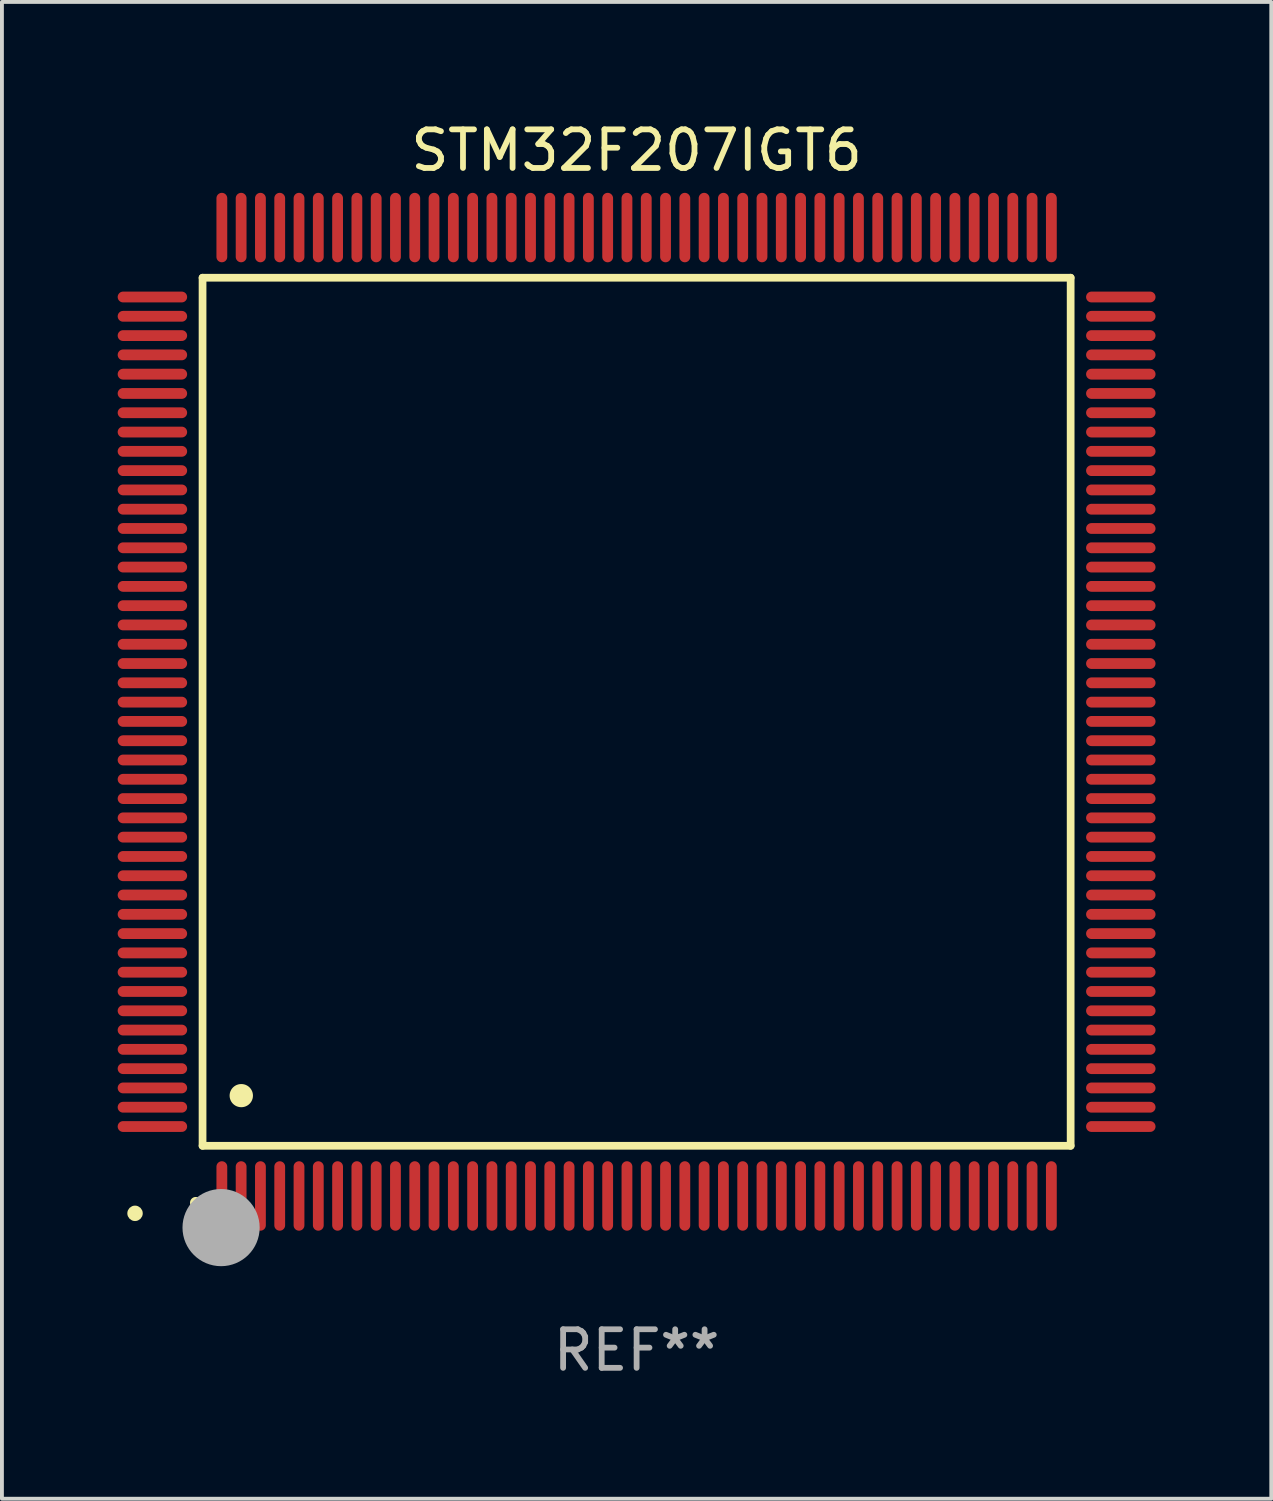
<source format=kicad_pcb>
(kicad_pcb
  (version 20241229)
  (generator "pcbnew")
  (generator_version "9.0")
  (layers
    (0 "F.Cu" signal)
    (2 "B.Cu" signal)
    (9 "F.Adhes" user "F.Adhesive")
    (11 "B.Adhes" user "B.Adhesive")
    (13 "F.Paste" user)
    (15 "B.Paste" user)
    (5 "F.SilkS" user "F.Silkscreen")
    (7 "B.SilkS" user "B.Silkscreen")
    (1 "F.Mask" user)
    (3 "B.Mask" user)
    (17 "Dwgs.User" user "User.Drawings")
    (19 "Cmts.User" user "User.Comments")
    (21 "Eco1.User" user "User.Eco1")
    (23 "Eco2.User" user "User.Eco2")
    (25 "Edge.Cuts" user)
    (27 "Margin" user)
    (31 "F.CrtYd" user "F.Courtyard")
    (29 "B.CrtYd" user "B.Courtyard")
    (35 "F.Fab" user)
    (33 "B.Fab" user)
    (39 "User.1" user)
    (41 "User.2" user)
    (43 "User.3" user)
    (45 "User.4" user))
  (footprint "STM32F207IGT6"
    (layer "F.Cu")
    (at 13.45 15.398)
    (property "Reference" "STM32F207IGT6" (at 0 -14.55 0) (layer "F.SilkS") (effects (font (size 1 1) (thickness 0.15))))
    (attr through_hole)
    (fp_line (start -11.25 -11.25) (end 11.25 -11.25) (stroke (width 0.2) (type solid)) (layer "F.SilkS"))
    (fp_line (start -11.25 11.25) (end -11.25 -11.25) (stroke (width 0.2) (type solid)) (layer "F.SilkS"))
    (fp_line (start 11.25 -11.25) (end 11.25 11.25) (stroke (width 0.2) (type solid)) (layer "F.SilkS"))
    (fp_line (start 11.25 11.25) (end -11.25 11.25) (stroke (width 0.2) (type solid)) (layer "F.SilkS"))
    (fp_arc (start -11.424943 12.725425) (mid -11.423673 12.72542) (end -11.422403 12.725425) (stroke (width 0.3) (type solid)) (layer "F.SilkS"))
    (fp_arc (start -10.24892 9.9492) (mid -10.24638 9.949189) (end -10.24384 9.9492) (stroke (width 0.6) (type solid)) (layer "F.SilkS"))
    (fp_circle (center -13 13) (end -12.9 13) (stroke (width 0.2) (type solid)) (fill no) (layer "F.SilkS"))
    (fp_circle (center -10.77 13.37) (end -10.27 13.37) (stroke (width 1) (type solid)) (fill no) (layer "F.Fab"))
    (fp_text user "REF**" (at 0 16.55 0) (layer "F.Fab") (effects (font (size 1 1) (thickness 0.15))))
    (pad "1" smd oval (at -10.75 12.55) (size 0.28 1.8) (layers "F.Cu" "F.Mask" "F.Paste"))
    (pad "2" smd oval (at -10.25 12.55) (size 0.28 1.8) (layers "F.Cu" "F.Mask" "F.Paste"))
    (pad "3" smd oval (at -9.75 12.55) (size 0.28 1.8) (layers "F.Cu" "F.Mask" "F.Paste"))
    (pad "4" smd oval (at -9.25 12.55) (size 0.28 1.8) (layers "F.Cu" "F.Mask" "F.Paste"))
    (pad "5" smd oval (at -8.75 12.55) (size 0.28 1.8) (layers "F.Cu" "F.Mask" "F.Paste"))
    (pad "6" smd oval (at -8.25 12.55) (size 0.28 1.8) (layers "F.Cu" "F.Mask" "F.Paste"))
    (pad "7" smd oval (at -7.75 12.55) (size 0.28 1.8) (layers "F.Cu" "F.Mask" "F.Paste"))
    (pad "8" smd oval (at -7.25 12.55) (size 0.28 1.8) (layers "F.Cu" "F.Mask" "F.Paste"))
    (pad "9" smd oval (at -6.75 12.55) (size 0.28 1.8) (layers "F.Cu" "F.Mask" "F.Paste"))
    (pad "10" smd oval (at -6.25 12.55) (size 0.28 1.8) (layers "F.Cu" "F.Mask" "F.Paste"))
    (pad "11" smd oval (at -5.75 12.55) (size 0.28 1.8) (layers "F.Cu" "F.Mask" "F.Paste"))
    (pad "12" smd oval (at -5.25 12.55) (size 0.28 1.8) (layers "F.Cu" "F.Mask" "F.Paste"))
    (pad "13" smd oval (at -4.75 12.55) (size 0.28 1.8) (layers "F.Cu" "F.Mask" "F.Paste"))
    (pad "14" smd oval (at -4.25 12.55) (size 0.28 1.8) (layers "F.Cu" "F.Mask" "F.Paste"))
    (pad "15" smd oval (at -3.75 12.55) (size 0.28 1.8) (layers "F.Cu" "F.Mask" "F.Paste"))
    (pad "16" smd oval (at -3.25 12.55) (size 0.28 1.8) (layers "F.Cu" "F.Mask" "F.Paste"))
    (pad "17" smd oval (at -2.75 12.55) (size 0.28 1.8) (layers "F.Cu" "F.Mask" "F.Paste"))
    (pad "18" smd oval (at -2.25 12.55) (size 0.28 1.8) (layers "F.Cu" "F.Mask" "F.Paste"))
    (pad "19" smd oval (at -1.75 12.55) (size 0.28 1.8) (layers "F.Cu" "F.Mask" "F.Paste"))
    (pad "20" smd oval (at -1.25 12.55) (size 0.28 1.8) (layers "F.Cu" "F.Mask" "F.Paste"))
    (pad "21" smd oval (at -0.75 12.55) (size 0.28 1.8) (layers "F.Cu" "F.Mask" "F.Paste"))
    (pad "22" smd oval (at -0.25 12.55) (size 0.28 1.8) (layers "F.Cu" "F.Mask" "F.Paste"))
    (pad "23" smd oval (at 0.25 12.55) (size 0.28 1.8) (layers "F.Cu" "F.Mask" "F.Paste"))
    (pad "24" smd oval (at 0.75 12.55) (size 0.28 1.8) (layers "F.Cu" "F.Mask" "F.Paste"))
    (pad "25" smd oval (at 1.25 12.55) (size 0.28 1.8) (layers "F.Cu" "F.Mask" "F.Paste"))
    (pad "26" smd oval (at 1.75 12.55) (size 0.28 1.8) (layers "F.Cu" "F.Mask" "F.Paste"))
    (pad "27" smd oval (at 2.25 12.55) (size 0.28 1.8) (layers "F.Cu" "F.Mask" "F.Paste"))
    (pad "28" smd oval (at 2.75 12.55) (size 0.28 1.8) (layers "F.Cu" "F.Mask" "F.Paste"))
    (pad "29" smd oval (at 3.25 12.55) (size 0.28 1.8) (layers "F.Cu" "F.Mask" "F.Paste"))
    (pad "30" smd oval (at 3.75 12.55) (size 0.28 1.8) (layers "F.Cu" "F.Mask" "F.Paste"))
    (pad "31" smd oval (at 4.25 12.55) (size 0.28 1.8) (layers "F.Cu" "F.Mask" "F.Paste"))
    (pad "32" smd oval (at 4.75 12.55) (size 0.28 1.8) (layers "F.Cu" "F.Mask" "F.Paste"))
    (pad "33" smd oval (at 5.25 12.55) (size 0.28 1.8) (layers "F.Cu" "F.Mask" "F.Paste"))
    (pad "34" smd oval (at 5.75 12.55) (size 0.28 1.8) (layers "F.Cu" "F.Mask" "F.Paste"))
    (pad "35" smd oval (at 6.25 12.55) (size 0.28 1.8) (layers "F.Cu" "F.Mask" "F.Paste"))
    (pad "36" smd oval (at 6.75 12.55) (size 0.28 1.8) (layers "F.Cu" "F.Mask" "F.Paste"))
    (pad "37" smd oval (at 7.25 12.55) (size 0.28 1.8) (layers "F.Cu" "F.Mask" "F.Paste"))
    (pad "38" smd oval (at 7.75 12.55) (size 0.28 1.8) (layers "F.Cu" "F.Mask" "F.Paste"))
    (pad "39" smd oval (at 8.25 12.55) (size 0.28 1.8) (layers "F.Cu" "F.Mask" "F.Paste"))
    (pad "40" smd oval (at 8.75 12.55) (size 0.28 1.8) (layers "F.Cu" "F.Mask" "F.Paste"))
    (pad "41" smd oval (at 9.25 12.55) (size 0.28 1.8) (layers "F.Cu" "F.Mask" "F.Paste"))
    (pad "42" smd oval (at 9.75 12.55) (size 0.28 1.8) (layers "F.Cu" "F.Mask" "F.Paste"))
    (pad "43" smd oval (at 10.25 12.55) (size 0.28 1.8) (layers "F.Cu" "F.Mask" "F.Paste"))
    (pad "44" smd oval (at 10.75 12.55) (size 0.28 1.8) (layers "F.Cu" "F.Mask" "F.Paste"))
    (pad "45" smd oval (at 12.55 10.75) (size 1.8 0.28) (layers "F.Cu" "F.Mask" "F.Paste"))
    (pad "46" smd oval (at 12.55 10.25) (size 1.8 0.28) (layers "F.Cu" "F.Mask" "F.Paste"))
    (pad "47" smd oval (at 12.55 9.75) (size 1.8 0.28) (layers "F.Cu" "F.Mask" "F.Paste"))
    (pad "48" smd oval (at 12.55 9.25) (size 1.8 0.28) (layers "F.Cu" "F.Mask" "F.Paste"))
    (pad "49" smd oval (at 12.55 8.75) (size 1.8 0.28) (layers "F.Cu" "F.Mask" "F.Paste"))
    (pad "50" smd oval (at 12.55 8.25) (size 1.8 0.28) (layers "F.Cu" "F.Mask" "F.Paste"))
    (pad "51" smd oval (at 12.55 7.75) (size 1.8 0.28) (layers "F.Cu" "F.Mask" "F.Paste"))
    (pad "52" smd oval (at 12.55 7.25) (size 1.8 0.28) (layers "F.Cu" "F.Mask" "F.Paste"))
    (pad "53" smd oval (at 12.55 6.75) (size 1.8 0.28) (layers "F.Cu" "F.Mask" "F.Paste"))
    (pad "54" smd oval (at 12.55 6.25) (size 1.8 0.28) (layers "F.Cu" "F.Mask" "F.Paste"))
    (pad "55" smd oval (at 12.55 5.75) (size 1.8 0.28) (layers "F.Cu" "F.Mask" "F.Paste"))
    (pad "56" smd oval (at 12.55 5.25) (size 1.8 0.28) (layers "F.Cu" "F.Mask" "F.Paste"))
    (pad "57" smd oval (at 12.55 4.75) (size 1.8 0.28) (layers "F.Cu" "F.Mask" "F.Paste"))
    (pad "58" smd oval (at 12.55 4.25) (size 1.8 0.28) (layers "F.Cu" "F.Mask" "F.Paste"))
    (pad "59" smd oval (at 12.55 3.75) (size 1.8 0.28) (layers "F.Cu" "F.Mask" "F.Paste"))
    (pad "60" smd oval (at 12.55 3.25) (size 1.8 0.28) (layers "F.Cu" "F.Mask" "F.Paste"))
    (pad "61" smd oval (at 12.55 2.75) (size 1.8 0.28) (layers "F.Cu" "F.Mask" "F.Paste"))
    (pad "62" smd oval (at 12.55 2.25) (size 1.8 0.28) (layers "F.Cu" "F.Mask" "F.Paste"))
    (pad "63" smd oval (at 12.55 1.75) (size 1.8 0.28) (layers "F.Cu" "F.Mask" "F.Paste"))
    (pad "64" smd oval (at 12.55 1.25) (size 1.8 0.28) (layers "F.Cu" "F.Mask" "F.Paste"))
    (pad "65" smd oval (at 12.55 0.75) (size 1.8 0.28) (layers "F.Cu" "F.Mask" "F.Paste"))
    (pad "66" smd oval (at 12.55 0.25) (size 1.8 0.28) (layers "F.Cu" "F.Mask" "F.Paste"))
    (pad "67" smd oval (at 12.55 -0.25) (size 1.8 0.28) (layers "F.Cu" "F.Mask" "F.Paste"))
    (pad "68" smd oval (at 12.55 -0.75) (size 1.8 0.28) (layers "F.Cu" "F.Mask" "F.Paste"))
    (pad "69" smd oval (at 12.55 -1.25) (size 1.8 0.28) (layers "F.Cu" "F.Mask" "F.Paste"))
    (pad "70" smd oval (at 12.55 -1.75) (size 1.8 0.28) (layers "F.Cu" "F.Mask" "F.Paste"))
    (pad "71" smd oval (at 12.55 -2.25) (size 1.8 0.28) (layers "F.Cu" "F.Mask" "F.Paste"))
    (pad "72" smd oval (at 12.55 -2.75) (size 1.8 0.28) (layers "F.Cu" "F.Mask" "F.Paste"))
    (pad "73" smd oval (at 12.55 -3.25) (size 1.8 0.28) (layers "F.Cu" "F.Mask" "F.Paste"))
    (pad "74" smd oval (at 12.55 -3.75) (size 1.8 0.28) (layers "F.Cu" "F.Mask" "F.Paste"))
    (pad "75" smd oval (at 12.55 -4.25) (size 1.8 0.28) (layers "F.Cu" "F.Mask" "F.Paste"))
    (pad "76" smd oval (at 12.55 -4.75) (size 1.8 0.28) (layers "F.Cu" "F.Mask" "F.Paste"))
    (pad "77" smd oval (at 12.55 -5.25) (size 1.8 0.28) (layers "F.Cu" "F.Mask" "F.Paste"))
    (pad "78" smd oval (at 12.55 -5.75) (size 1.8 0.28) (layers "F.Cu" "F.Mask" "F.Paste"))
    (pad "79" smd oval (at 12.55 -6.25) (size 1.8 0.28) (layers "F.Cu" "F.Mask" "F.Paste"))
    (pad "80" smd oval (at 12.55 -6.75) (size 1.8 0.28) (layers "F.Cu" "F.Mask" "F.Paste"))
    (pad "81" smd oval (at 12.55 -7.25) (size 1.8 0.28) (layers "F.Cu" "F.Mask" "F.Paste"))
    (pad "82" smd oval (at 12.55 -7.75) (size 1.8 0.28) (layers "F.Cu" "F.Mask" "F.Paste"))
    (pad "83" smd oval (at 12.55 -8.25) (size 1.8 0.28) (layers "F.Cu" "F.Mask" "F.Paste"))
    (pad "84" smd oval (at 12.55 -8.75) (size 1.8 0.28) (layers "F.Cu" "F.Mask" "F.Paste"))
    (pad "85" smd oval (at 12.55 -9.25) (size 1.8 0.28) (layers "F.Cu" "F.Mask" "F.Paste"))
    (pad "86" smd oval (at 12.55 -9.75) (size 1.8 0.28) (layers "F.Cu" "F.Mask" "F.Paste"))
    (pad "87" smd oval (at 12.55 -10.25) (size 1.8 0.28) (layers "F.Cu" "F.Mask" "F.Paste"))
    (pad "88" smd oval (at 12.55 -10.75) (size 1.8 0.28) (layers "F.Cu" "F.Mask" "F.Paste"))
    (pad "89" smd oval (at 10.75 -12.55) (size 0.28 1.8) (layers "F.Cu" "F.Mask" "F.Paste"))
    (pad "90" smd oval (at 10.25 -12.55) (size 0.28 1.8) (layers "F.Cu" "F.Mask" "F.Paste"))
    (pad "91" smd oval (at 9.75 -12.55) (size 0.28 1.8) (layers "F.Cu" "F.Mask" "F.Paste"))
    (pad "92" smd oval (at 9.25 -12.55) (size 0.28 1.8) (layers "F.Cu" "F.Mask" "F.Paste"))
    (pad "93" smd oval (at 8.75 -12.55) (size 0.28 1.8) (layers "F.Cu" "F.Mask" "F.Paste"))
    (pad "94" smd oval (at 8.25 -12.55) (size 0.28 1.8) (layers "F.Cu" "F.Mask" "F.Paste"))
    (pad "95" smd oval (at 7.75 -12.55) (size 0.28 1.8) (layers "F.Cu" "F.Mask" "F.Paste"))
    (pad "96" smd oval (at 7.25 -12.55) (size 0.28 1.8) (layers "F.Cu" "F.Mask" "F.Paste"))
    (pad "97" smd oval (at 6.75 -12.55) (size 0.28 1.8) (layers "F.Cu" "F.Mask" "F.Paste"))
    (pad "98" smd oval (at 6.25 -12.55) (size 0.28 1.8) (layers "F.Cu" "F.Mask" "F.Paste"))
    (pad "99" smd oval (at 5.75 -12.55) (size 0.28 1.8) (layers "F.Cu" "F.Mask" "F.Paste"))
    (pad "100" smd oval (at 5.25 -12.55) (size 0.28 1.8) (layers "F.Cu" "F.Mask" "F.Paste"))
    (pad "101" smd oval (at 4.75 -12.55) (size 0.28 1.8) (layers "F.Cu" "F.Mask" "F.Paste"))
    (pad "102" smd oval (at 4.25 -12.55) (size 0.28 1.8) (layers "F.Cu" "F.Mask" "F.Paste"))
    (pad "103" smd oval (at 3.75 -12.55) (size 0.28 1.8) (layers "F.Cu" "F.Mask" "F.Paste"))
    (pad "104" smd oval (at 3.25 -12.55) (size 0.28 1.8) (layers "F.Cu" "F.Mask" "F.Paste"))
    (pad "105" smd oval (at 2.75 -12.55) (size 0.28 1.8) (layers "F.Cu" "F.Mask" "F.Paste"))
    (pad "106" smd oval (at 2.25 -12.55) (size 0.28 1.8) (layers "F.Cu" "F.Mask" "F.Paste"))
    (pad "107" smd oval (at 1.75 -12.55) (size 0.28 1.8) (layers "F.Cu" "F.Mask" "F.Paste"))
    (pad "108" smd oval (at 1.25 -12.55) (size 0.28 1.8) (layers "F.Cu" "F.Mask" "F.Paste"))
    (pad "109" smd oval (at 0.75 -12.55) (size 0.28 1.8) (layers "F.Cu" "F.Mask" "F.Paste"))
    (pad "110" smd oval (at 0.25 -12.55) (size 0.28 1.8) (layers "F.Cu" "F.Mask" "F.Paste"))
    (pad "111" smd oval (at -0.25 -12.55) (size 0.28 1.8) (layers "F.Cu" "F.Mask" "F.Paste"))
    (pad "112" smd oval (at -0.75 -12.55) (size 0.28 1.8) (layers "F.Cu" "F.Mask" "F.Paste"))
    (pad "113" smd oval (at -1.25 -12.55) (size 0.28 1.8) (layers "F.Cu" "F.Mask" "F.Paste"))
    (pad "114" smd oval (at -1.75 -12.55) (size 0.28 1.8) (layers "F.Cu" "F.Mask" "F.Paste"))
    (pad "115" smd oval (at -2.25 -12.55) (size 0.28 1.8) (layers "F.Cu" "F.Mask" "F.Paste"))
    (pad "116" smd oval (at -2.75 -12.55) (size 0.28 1.8) (layers "F.Cu" "F.Mask" "F.Paste"))
    (pad "117" smd oval (at -3.25 -12.55) (size 0.28 1.8) (layers "F.Cu" "F.Mask" "F.Paste"))
    (pad "118" smd oval (at -3.75 -12.55) (size 0.28 1.8) (layers "F.Cu" "F.Mask" "F.Paste"))
    (pad "119" smd oval (at -4.25 -12.55) (size 0.28 1.8) (layers "F.Cu" "F.Mask" "F.Paste"))
    (pad "120" smd oval (at -4.75 -12.55) (size 0.28 1.8) (layers "F.Cu" "F.Mask" "F.Paste"))
    (pad "121" smd oval (at -5.25 -12.55) (size 0.28 1.8) (layers "F.Cu" "F.Mask" "F.Paste"))
    (pad "122" smd oval (at -5.75 -12.55) (size 0.28 1.8) (layers "F.Cu" "F.Mask" "F.Paste"))
    (pad "123" smd oval (at -6.25 -12.55) (size 0.28 1.8) (layers "F.Cu" "F.Mask" "F.Paste"))
    (pad "124" smd oval (at -6.75 -12.55) (size 0.28 1.8) (layers "F.Cu" "F.Mask" "F.Paste"))
    (pad "125" smd oval (at -7.25 -12.55) (size 0.28 1.8) (layers "F.Cu" "F.Mask" "F.Paste"))
    (pad "126" smd oval (at -7.75 -12.55) (size 0.28 1.8) (layers "F.Cu" "F.Mask" "F.Paste"))
    (pad "127" smd oval (at -8.25 -12.55) (size 0.28 1.8) (layers "F.Cu" "F.Mask" "F.Paste"))
    (pad "128" smd oval (at -8.75 -12.55) (size 0.28 1.8) (layers "F.Cu" "F.Mask" "F.Paste"))
    (pad "129" smd oval (at -9.25 -12.55) (size 0.28 1.8) (layers "F.Cu" "F.Mask" "F.Paste"))
    (pad "130" smd oval (at -9.75 -12.55) (size 0.28 1.8) (layers "F.Cu" "F.Mask" "F.Paste"))
    (pad "131" smd oval (at -10.25 -12.55) (size 0.28 1.8) (layers "F.Cu" "F.Mask" "F.Paste"))
    (pad "132" smd oval (at -10.75 -12.55) (size 0.28 1.8) (layers "F.Cu" "F.Mask" "F.Paste"))
    (pad "133" smd oval (at -12.55 -10.75) (size 1.8 0.28) (layers "F.Cu" "F.Mask" "F.Paste"))
    (pad "134" smd oval (at -12.55 -10.25) (size 1.8 0.28) (layers "F.Cu" "F.Mask" "F.Paste"))
    (pad "135" smd oval (at -12.55 -9.75) (size 1.8 0.28) (layers "F.Cu" "F.Mask" "F.Paste"))
    (pad "136" smd oval (at -12.55 -9.25) (size 1.8 0.28) (layers "F.Cu" "F.Mask" "F.Paste"))
    (pad "137" smd oval (at -12.55 -8.75) (size 1.8 0.28) (layers "F.Cu" "F.Mask" "F.Paste"))
    (pad "138" smd oval (at -12.55 -8.25) (size 1.8 0.28) (layers "F.Cu" "F.Mask" "F.Paste"))
    (pad "139" smd oval (at -12.55 -7.75) (size 1.8 0.28) (layers "F.Cu" "F.Mask" "F.Paste"))
    (pad "140" smd oval (at -12.55 -7.25) (size 1.8 0.28) (layers "F.Cu" "F.Mask" "F.Paste"))
    (pad "141" smd oval (at -12.55 -6.75) (size 1.8 0.28) (layers "F.Cu" "F.Mask" "F.Paste"))
    (pad "142" smd oval (at -12.55 -6.25) (size 1.8 0.28) (layers "F.Cu" "F.Mask" "F.Paste"))
    (pad "143" smd oval (at -12.55 -5.75) (size 1.8 0.28) (layers "F.Cu" "F.Mask" "F.Paste"))
    (pad "144" smd oval (at -12.55 -5.25) (size 1.8 0.28) (layers "F.Cu" "F.Mask" "F.Paste"))
    (pad "145" smd oval (at -12.55 -4.75) (size 1.8 0.28) (layers "F.Cu" "F.Mask" "F.Paste"))
    (pad "146" smd oval (at -12.55 -4.25) (size 1.8 0.28) (layers "F.Cu" "F.Mask" "F.Paste"))
    (pad "147" smd oval (at -12.55 -3.75) (size 1.8 0.28) (layers "F.Cu" "F.Mask" "F.Paste"))
    (pad "148" smd oval (at -12.55 -3.25) (size 1.8 0.28) (layers "F.Cu" "F.Mask" "F.Paste"))
    (pad "149" smd oval (at -12.55 -2.75) (size 1.8 0.28) (layers "F.Cu" "F.Mask" "F.Paste"))
    (pad "150" smd oval (at -12.55 -2.25) (size 1.8 0.28) (layers "F.Cu" "F.Mask" "F.Paste"))
    (pad "151" smd oval (at -12.55 -1.75) (size 1.8 0.28) (layers "F.Cu" "F.Mask" "F.Paste"))
    (pad "152" smd oval (at -12.55 -1.25) (size 1.8 0.28) (layers "F.Cu" "F.Mask" "F.Paste"))
    (pad "153" smd oval (at -12.55 -0.75) (size 1.8 0.28) (layers "F.Cu" "F.Mask" "F.Paste"))
    (pad "154" smd oval (at -12.55 -0.25) (size 1.8 0.28) (layers "F.Cu" "F.Mask" "F.Paste"))
    (pad "155" smd oval (at -12.55 0.25) (size 1.8 0.28) (layers "F.Cu" "F.Mask" "F.Paste"))
    (pad "156" smd oval (at -12.55 0.75) (size 1.8 0.28) (layers "F.Cu" "F.Mask" "F.Paste"))
    (pad "157" smd oval (at -12.55 1.25) (size 1.8 0.28) (layers "F.Cu" "F.Mask" "F.Paste"))
    (pad "158" smd oval (at -12.55 1.75) (size 1.8 0.28) (layers "F.Cu" "F.Mask" "F.Paste"))
    (pad "159" smd oval (at -12.55 2.25) (size 1.8 0.28) (layers "F.Cu" "F.Mask" "F.Paste"))
    (pad "160" smd oval (at -12.55 2.75) (size 1.8 0.28) (layers "F.Cu" "F.Mask" "F.Paste"))
    (pad "161" smd oval (at -12.55 3.25) (size 1.8 0.28) (layers "F.Cu" "F.Mask" "F.Paste"))
    (pad "162" smd oval (at -12.55 3.75) (size 1.8 0.28) (layers "F.Cu" "F.Mask" "F.Paste"))
    (pad "163" smd oval (at -12.55 4.25) (size 1.8 0.28) (layers "F.Cu" "F.Mask" "F.Paste"))
    (pad "164" smd oval (at -12.55 4.75) (size 1.8 0.28) (layers "F.Cu" "F.Mask" "F.Paste"))
    (pad "165" smd oval (at -12.55 5.25) (size 1.8 0.28) (layers "F.Cu" "F.Mask" "F.Paste"))
    (pad "166" smd oval (at -12.55 5.75) (size 1.8 0.28) (layers "F.Cu" "F.Mask" "F.Paste"))
    (pad "167" smd oval (at -12.55 6.25) (size 1.8 0.28) (layers "F.Cu" "F.Mask" "F.Paste"))
    (pad "168" smd oval (at -12.55 6.75) (size 1.8 0.28) (layers "F.Cu" "F.Mask" "F.Paste"))
    (pad "169" smd oval (at -12.55 7.25) (size 1.8 0.28) (layers "F.Cu" "F.Mask" "F.Paste"))
    (pad "170" smd oval (at -12.55 7.75) (size 1.8 0.28) (layers "F.Cu" "F.Mask" "F.Paste"))
    (pad "171" smd oval (at -12.55 8.25) (size 1.8 0.28) (layers "F.Cu" "F.Mask" "F.Paste"))
    (pad "172" smd oval (at -12.55 8.75) (size 1.8 0.28) (layers "F.Cu" "F.Mask" "F.Paste"))
    (pad "173" smd oval (at -12.55 9.25) (size 1.8 0.28) (layers "F.Cu" "F.Mask" "F.Paste"))
    (pad "174" smd oval (at -12.55 9.75) (size 1.8 0.28) (layers "F.Cu" "F.Mask" "F.Paste"))
    (pad "175" smd oval (at -12.55 10.25) (size 1.8 0.28) (layers "F.Cu" "F.Mask" "F.Paste"))
    (pad "176" smd oval (at -12.55 10.75) (size 1.8 0.28) (layers "F.Cu" "F.Mask" "F.Paste")))
  (gr_rect
    (start -3 -3)
    (end 29.9 35.796)
    (stroke (width 0.1) (type default))
    (fill no)
    (layer "Edge.Cuts")))
</source>
